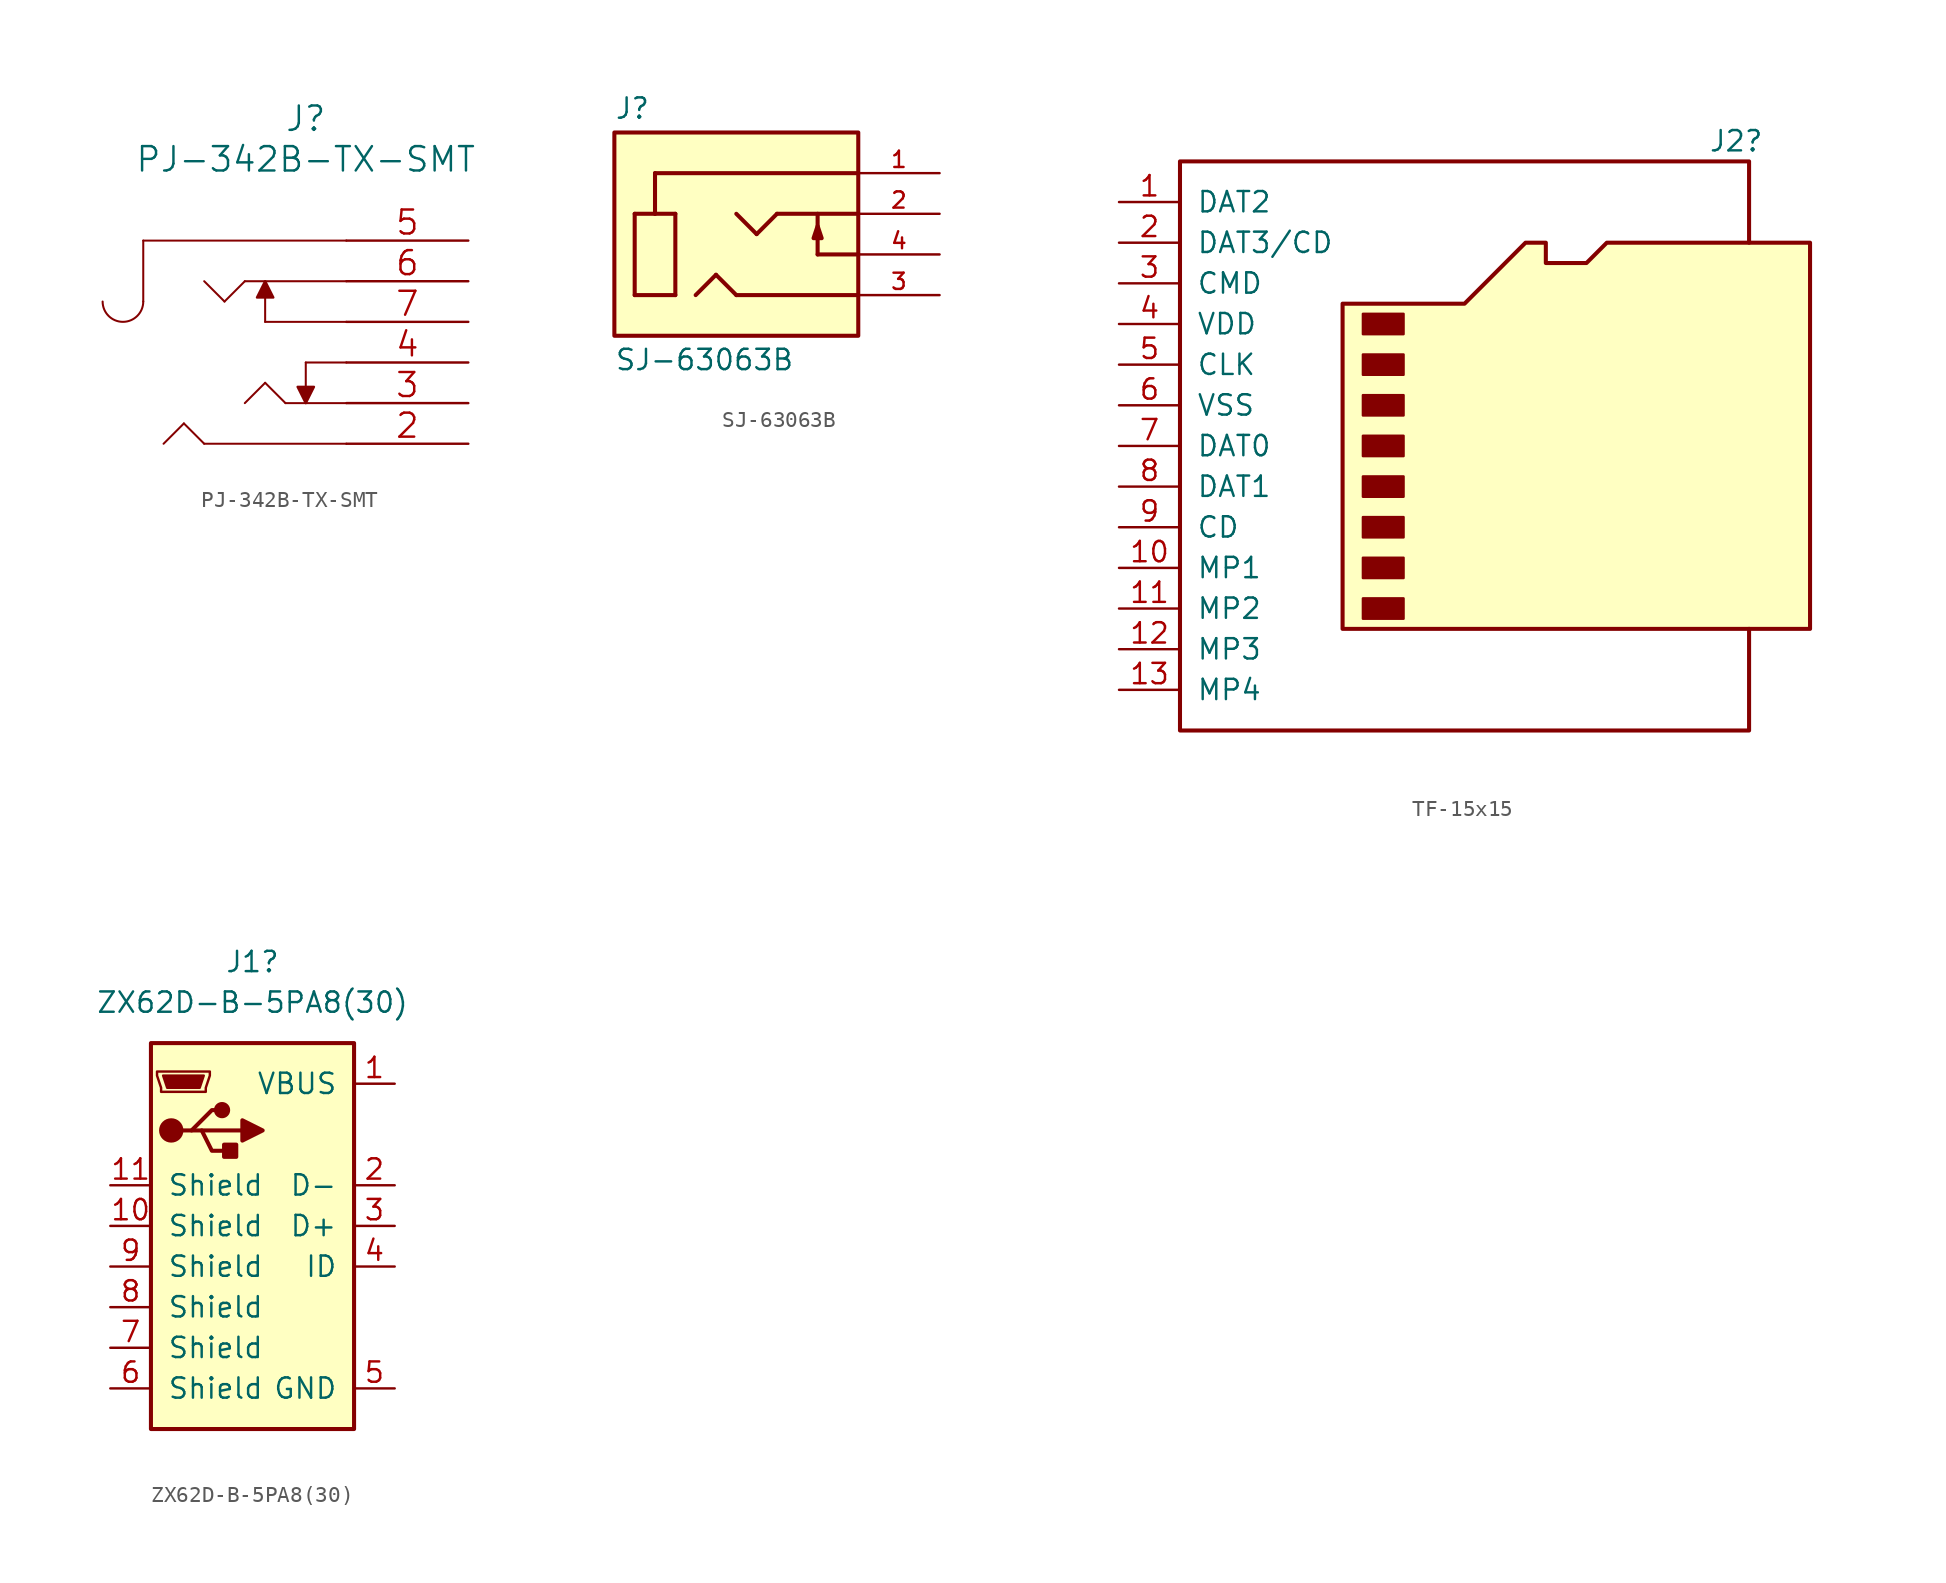
<source format=kicad_sym>
(kicad_symbol_lib
  (version 20211014)
  (generator kicad_symbol_editor)
  (symbol "PJ-342B-TX-SMT"
    (pin_names
      (offset -0.254) hide)
    (property "Reference" "J"
      (at -10.16 7.62 0)
      (effects (font (size 1.524 1.524))))
    (property "Value" "PJ-342B-TX-SMT"
      (at -10.16 5.08 0)
      (effects (font (size 1.524 1.524))))
    (property "Datasheet" ""
      (at 0 0 0)
      (effects (font (size 1.524 1.524))))
    (symbol "PJ-342B-TX-SMT_1_1"
      (arc (start -22.86 -3.81) (mid -21.59 -5.08) (end -20.32 -3.81) (stroke (width 0.127) (type default) (color 0 0 0 0)) (fill (type none)))
      (polyline (pts (xy -20.32 0) (xy -20.32 -3.81)) (stroke (width 0.127) (type default) (color 0 0 0 0)) (fill (type none)))
      (polyline (pts (xy -17.78 -11.43) (xy -19.05 -12.7)) (stroke (width 0.127) (type default) (color 0 0 0 0)) (fill (type none)))
      (polyline (pts (xy -16.51 -12.7) (xy -17.78 -11.43)) (stroke (width 0.127) (type default) (color 0 0 0 0)) (fill (type none)))
      (polyline (pts (xy -15.24 -3.81) (xy -16.51 -2.54)) (stroke (width 0.127) (type default) (color 0 0 0 0)) (fill (type none)))
      (polyline (pts (xy -13.97 -2.54) (xy -15.24 -3.81)) (stroke (width 0.127) (type default) (color 0 0 0 0)) (fill (type none)))
      (polyline (pts (xy -12.7 -8.89) (xy -13.97 -10.16)) (stroke (width 0.127) (type default) (color 0 0 0 0)) (fill (type none)))
      (polyline (pts (xy -12.7 -5.08) (xy -7.62 -5.08)) (stroke (width 0.127) (type default) (color 0 0 0 0)) (fill (type none)))
      (polyline (pts (xy -12.7 -3.556) (xy -12.7 -5.08)) (stroke (width 0.127) (type default) (color 0 0 0 0)) (fill (type none)))
      (polyline (pts (xy -11.43 -10.16) (xy -12.7 -8.89)) (stroke (width 0.127) (type default) (color 0 0 0 0)) (fill (type none)))
      (polyline (pts (xy -10.16 -9.144) (xy -10.16 -7.62)) (stroke (width 0.127) (type default) (color 0 0 0 0)) (fill (type none)))
      (polyline (pts (xy -10.16 -7.62) (xy -7.62 -7.62)) (stroke (width 0.127) (type default) (color 0 0 0 0)) (fill (type none)))
      (polyline (pts (xy -7.62 -12.7) (xy -16.51 -12.7)) (stroke (width 0.127) (type default) (color 0 0 0 0)) (fill (type none)))
      (polyline (pts (xy -7.62 -10.16) (xy -11.43 -10.16)) (stroke (width 0.127) (type default) (color 0 0 0 0)) (fill (type none)))
      (polyline (pts (xy -7.62 -2.54) (xy -13.97 -2.54)) (stroke (width 0.127) (type default) (color 0 0 0 0)) (fill (type none)))
      (polyline (pts (xy -7.62 0) (xy -20.32 0)) (stroke (width 0.127) (type default) (color 0 0 0 0)) (fill (type none)))
      (polyline (pts (xy -12.7 -2.54) (xy -13.208 -3.556) (xy -12.192 -3.556) (xy -12.7 -2.54)) (stroke (width 0) (type default) (color 0 0 0 0)) (fill (type outline)))
      (polyline (pts (xy -10.16 -10.16) (xy -9.652 -9.144) (xy -10.668 -9.144) (xy -10.16 -10.16)) (stroke (width 0) (type default) (color 0 0 0 0)) (fill (type outline)))
      (pin passive line (at 0 -12.7 180) (length 7.62) (name "2" (effects (font (size 1.499 1.499)))) (number "2" (effects (font (size 1.499 1.499)))))
      (pin passive line (at 0 -10.16 180) (length 7.62) (name "3" (effects (font (size 1.499 1.499)))) (number "3" (effects (font (size 1.499 1.499)))))
      (pin passive line (at 0 -7.62 180) (length 7.62) (name "4" (effects (font (size 1.499 1.499)))) (number "4" (effects (font (size 1.499 1.499)))))
      (pin passive line (at 0 0 180) (length 7.62) (name "5" (effects (font (size 1.499 1.499)))) (number "5" (effects (font (size 1.499 1.499)))))
      (pin passive line (at 0 -2.54 180) (length 7.62) (name "6" (effects (font (size 1.499 1.499)))) (number "6" (effects (font (size 1.499 1.499)))))
      (pin passive line (at 0 -5.08 180) (length 7.62) (name "7" (effects (font (size 1.499 1.499)))) (number "7" (effects (font (size 1.499 1.499)))))))
  (symbol "SJ-63063B"
    (pin_names
      (offset 1.016))
    (property "Reference" "J"
      (at -7.62 5.842 0)
      (effects (font (size 1.27 1.27)) (justify left bottom)))
    (property "Value" "SJ-63063B"
      (at -7.62 -8.382 0)
      (effects (font (size 1.27 1.27)) (justify left top)))
    (symbol "SJ-63063B_0_0"
      (rectangle (start -7.62 -7.62) (end 7.62 5.08) (stroke (width 0.254) (type default) (color 0 0 0 0)) (fill (type background)))
      (polyline (pts (xy -6.35 -5.08) (xy -6.35 0)) (stroke (width 0.254) (type default) (color 0 0 0 0)) (fill (type none)))
      (polyline (pts (xy -6.35 0) (xy -5.08 0)) (stroke (width 0.254) (type default) (color 0 0 0 0)) (fill (type none)))
      (polyline (pts (xy -5.08 0) (xy -5.08 2.54)) (stroke (width 0.254) (type default) (color 0 0 0 0)) (fill (type none)))
      (polyline (pts (xy -5.08 0) (xy -3.81 0)) (stroke (width 0.254) (type default) (color 0 0 0 0)) (fill (type none)))
      (polyline (pts (xy -5.08 2.54) (xy 7.62 2.54)) (stroke (width 0.254) (type default) (color 0 0 0 0)) (fill (type none)))
      (polyline (pts (xy -3.81 -5.08) (xy -6.35 -5.08)) (stroke (width 0.254) (type default) (color 0 0 0 0)) (fill (type none)))
      (polyline (pts (xy -3.81 0) (xy -3.81 -5.08)) (stroke (width 0.254) (type default) (color 0 0 0 0)) (fill (type none)))
      (polyline (pts (xy -2.54 -5.08) (xy -1.27 -3.81)) (stroke (width 0.254) (type default) (color 0 0 0 0)) (fill (type none)))
      (polyline (pts (xy -1.27 -3.81) (xy 0 -5.08)) (stroke (width 0.254) (type default) (color 0 0 0 0)) (fill (type none)))
      (polyline (pts (xy 0 -5.08) (xy 7.62 -5.08)) (stroke (width 0.254) (type default) (color 0 0 0 0)) (fill (type none)))
      (polyline (pts (xy 0 0) (xy 1.27 -1.27)) (stroke (width 0.254) (type default) (color 0 0 0 0)) (fill (type none)))
      (polyline (pts (xy 1.27 -1.27) (xy 2.54 0)) (stroke (width 0.254) (type default) (color 0 0 0 0)) (fill (type none)))
      (polyline (pts (xy 2.54 0) (xy 7.62 0)) (stroke (width 0.254) (type default) (color 0 0 0 0)) (fill (type none)))
      (polyline (pts (xy 5.08 -2.54) (xy 5.08 0)) (stroke (width 0.254) (type default) (color 0 0 0 0)) (fill (type none)))
      (polyline (pts (xy 5.08 -2.54) (xy 7.62 -2.54)) (stroke (width 0.254) (type default) (color 0 0 0 0)) (fill (type none)))
      (polyline (pts (xy 5.08 -0.762) (xy 5.334 -1.524) (xy 4.826 -1.524) (xy 5.08 -0.762)) (stroke (width 0.254) (type default) (color 0 0 0 0)) (fill (type outline)))
      (pin passive line (at 12.7 2.54 180) (length 5.08) (name "~" (effects (font (size 1.016 1.016)))) (number "1" (effects (font (size 1.016 1.016)))))
      (pin passive line (at 12.7 0 180) (length 5.08) (name "~" (effects (font (size 1.016 1.016)))) (number "2" (effects (font (size 1.016 1.016)))))
      (pin passive line (at 12.7 -5.08 180) (length 5.08) (name "~" (effects (font (size 1.016 1.016)))) (number "3" (effects (font (size 1.016 1.016)))))
      (pin passive line (at 12.7 -2.54 180) (length 5.08) (name "~" (effects (font (size 1.016 1.016)))) (number "4" (effects (font (size 1.016 1.016)))))))
  (symbol "TF-15x15"
    (pin_names
      (offset 1.016))
    (property "Reference" "J2"
      (at 12.7 19.05 0)
      (effects (font (size 1.27 1.27)) (justify left)))
    (symbol "TF-15x15_0_1"
      (rectangle (start -8.89 -9.525) (end -6.35 -10.795) (stroke (width 0) (type default) (color 0 0 0 0)) (fill (type outline)))
      (rectangle (start -8.89 -6.985) (end -6.35 -8.255) (stroke (width 0) (type default) (color 0 0 0 0)) (fill (type outline)))
      (rectangle (start -8.89 -4.445) (end -6.35 -5.715) (stroke (width 0) (type default) (color 0 0 0 0)) (fill (type outline)))
      (rectangle (start -8.89 -1.905) (end -6.35 -3.175) (stroke (width 0) (type default) (color 0 0 0 0)) (fill (type outline)))
      (rectangle (start -8.89 0.635) (end -6.35 -0.635) (stroke (width 0) (type default) (color 0 0 0 0)) (fill (type outline)))
      (rectangle (start -8.89 3.175) (end -6.35 1.905) (stroke (width 0) (type default) (color 0 0 0 0)) (fill (type outline)))
      (rectangle (start -8.89 5.715) (end -6.35 4.445) (stroke (width 0) (type default) (color 0 0 0 0)) (fill (type outline)))
      (rectangle (start -8.89 8.255) (end -6.35 6.985) (stroke (width 0) (type default) (color 0 0 0 0)) (fill (type outline)))
      (polyline (pts (xy 15.24 12.7) (xy 15.24 17.78) (xy -20.32 17.78) (xy -20.32 -17.78) (xy 15.24 -17.78) (xy 15.24 -11.43)) (stroke (width 0.254) (type default) (color 0 0 0 0)) (fill (type none)))
      (polyline (pts (xy -10.16 -11.43) (xy -10.16 8.89) (xy -2.54 8.89) (xy 1.27 12.7) (xy 2.54 12.7) (xy 2.54 11.43) (xy 5.08 11.43) (xy 6.35 12.7) (xy 19.05 12.7) (xy 19.05 -11.43) (xy -10.16 -11.43)) (stroke (width 0.254) (type default) (color 0 0 0 0)) (fill (type background))))
    (symbol "TF-15x15_1_1"
      (pin bidirectional line (at -24.13 15.24 0) (length 3.81) (name "DAT2" (effects (font (size 1.27 1.27)))) (number "1" (effects (font (size 1.27 1.27)))))
      (pin passive line (at -24.13 -7.62 0) (length 3.81) (name "MP1" (effects (font (size 1.27 1.27)))) (number "10" (effects (font (size 1.27 1.27)))))
      (pin passive line (at -24.13 -10.16 0) (length 3.81) (name "MP2" (effects (font (size 1.27 1.27)))) (number "11" (effects (font (size 1.27 1.27)))))
      (pin passive line (at -24.13 -12.7 0) (length 3.81) (name "MP3" (effects (font (size 1.27 1.27)))) (number "12" (effects (font (size 1.27 1.27)))))
      (pin passive line (at -24.13 -15.24 0) (length 3.81) (name "MP4" (effects (font (size 1.27 1.27)))) (number "13" (effects (font (size 1.27 1.27)))))
      (pin bidirectional line (at -24.13 12.7 0) (length 3.81) (name "DAT3/CD" (effects (font (size 1.27 1.27)))) (number "2" (effects (font (size 1.27 1.27)))))
      (pin input line (at -24.13 10.16 0) (length 3.81) (name "CMD" (effects (font (size 1.27 1.27)))) (number "3" (effects (font (size 1.27 1.27)))))
      (pin power_in line (at -24.13 7.62 0) (length 3.81) (name "VDD" (effects (font (size 1.27 1.27)))) (number "4" (effects (font (size 1.27 1.27)))))
      (pin input line (at -24.13 5.08 0) (length 3.81) (name "CLK" (effects (font (size 1.27 1.27)))) (number "5" (effects (font (size 1.27 1.27)))))
      (pin power_in line (at -24.13 2.54 0) (length 3.81) (name "VSS" (effects (font (size 1.27 1.27)))) (number "6" (effects (font (size 1.27 1.27)))))
      (pin bidirectional line (at -24.13 0 0) (length 3.81) (name "DAT0" (effects (font (size 1.27 1.27)))) (number "7" (effects (font (size 1.27 1.27)))))
      (pin bidirectional line (at -24.13 -2.54 0) (length 3.81) (name "DAT1" (effects (font (size 1.27 1.27)))) (number "8" (effects (font (size 1.27 1.27)))))
      (pin passive line (at -24.13 -5.08 0) (length 3.81) (name "CD" (effects (font (size 1.27 1.27)))) (number "9" (effects (font (size 1.27 1.27)))))))
  (symbol "ZX62D-B-5PA8(30)"
    (pin_names
      (offset 1.016))
    (property "Reference" "J1"
      (at 0 17.78 0)
      (effects (font (size 1.27 1.27))))
    (property "Value" "ZX62D-B-5PA8(30)"
      (at 0 15.24 0)
      (effects (font (size 1.27 1.27))))
    (symbol "ZX62D-B-5PA8(30)_0_1"
      (rectangle (start -6.35 12.7) (end 6.35 -11.43) (stroke (width 0.254) (type default) (color 0 0 0 0)) (fill (type background)))
      (circle (center -5.08 7.239) (radius 0.635) (stroke (width 0.254) (type default) (color 0 0 0 0)) (fill (type outline)))
      (circle (center -1.905 8.509) (radius 0.381) (stroke (width 0.254) (type default) (color 0 0 0 0)) (fill (type outline)))
      (rectangle (start -1.016 6.35) (end -1.778 5.588) (stroke (width 0.254) (type default) (color 0 0 0 0)) (fill (type outline)))
      (polyline (pts (xy -3.175 7.239) (xy -0.635 7.239)) (stroke (width 0.254) (type default) (color 0 0 0 0)) (fill (type none)))
      (polyline (pts (xy -4.445 7.239) (xy -3.81 7.239) (xy -2.54 8.509) (xy -1.905 8.509)) (stroke (width 0.254) (type default) (color 0 0 0 0)) (fill (type none)))
      (polyline (pts (xy -3.81 7.239) (xy -3.175 7.239) (xy -2.54 5.969) (xy -1.27 5.969)) (stroke (width 0.254) (type default) (color 0 0 0 0)) (fill (type none)))
      (polyline (pts (xy -0.635 7.874) (xy -0.635 6.604) (xy 0.635 7.239) (xy -0.635 7.874)) (stroke (width 0.254) (type default) (color 0 0 0 0)) (fill (type outline)))
      (polyline (pts (xy -5.588 10.668) (xy -3.048 10.668) (xy -3.302 9.906) (xy -5.334 9.906) (xy -5.588 10.668)) (stroke (width 0) (type default) (color 0 0 0 0)) (fill (type outline)))
      (polyline (pts (xy -5.969 10.922) (xy -5.969 10.668) (xy -5.715 9.906) (xy -5.715 9.652) (xy -2.921 9.652) (xy -2.921 9.906) (xy -2.667 10.668) (xy -2.667 10.922) (xy -5.969 10.922)) (stroke (width 0) (type default) (color 0 0 0 0)) (fill (type none))))
    (symbol "ZX62D-B-5PA8(30)_1_1"
      (pin power_out line (at 8.89 10.16 180) (length 2.54) (name "VBUS" (effects (font (size 1.27 1.27)))) (number "1" (effects (font (size 1.27 1.27)))))
      (pin passive line (at -8.89 1.27 0) (length 2.54) (name "Shield" (effects (font (size 1.27 1.27)))) (number "10" (effects (font (size 1.27 1.27)))))
      (pin passive line (at -8.89 3.81 0) (length 2.54) (name "Shield" (effects (font (size 1.27 1.27)))) (number "11" (effects (font (size 1.27 1.27)))))
      (pin bidirectional line (at 8.89 3.81 180) (length 2.54) (name "D-" (effects (font (size 1.27 1.27)))) (number "2" (effects (font (size 1.27 1.27)))))
      (pin bidirectional line (at 8.89 1.27 180) (length 2.54) (name "D+" (effects (font (size 1.27 1.27)))) (number "3" (effects (font (size 1.27 1.27)))))
      (pin passive line (at 8.89 -1.27 180) (length 2.54) (name "ID" (effects (font (size 1.27 1.27)))) (number "4" (effects (font (size 1.27 1.27)))))
      (pin power_out line (at 8.89 -8.89 180) (length 2.54) (name "GND" (effects (font (size 1.27 1.27)))) (number "5" (effects (font (size 1.27 1.27)))))
      (pin passive line (at -8.89 -8.89 0) (length 2.54) (name "Shield" (effects (font (size 1.27 1.27)))) (number "6" (effects (font (size 1.27 1.27)))))
      (pin passive line (at -8.89 -6.35 0) (length 2.54) (name "Shield" (effects (font (size 1.27 1.27)))) (number "7" (effects (font (size 1.27 1.27)))))
      (pin passive line (at -8.89 -3.81 0) (length 2.54) (name "Shield" (effects (font (size 1.27 1.27)))) (number "8" (effects (font (size 1.27 1.27)))))
      (pin passive line (at -8.89 -1.27 0) (length 2.54) (name "Shield" (effects (font (size 1.27 1.27)))) (number "9" (effects (font (size 1.27 1.27))))))))
</source>
